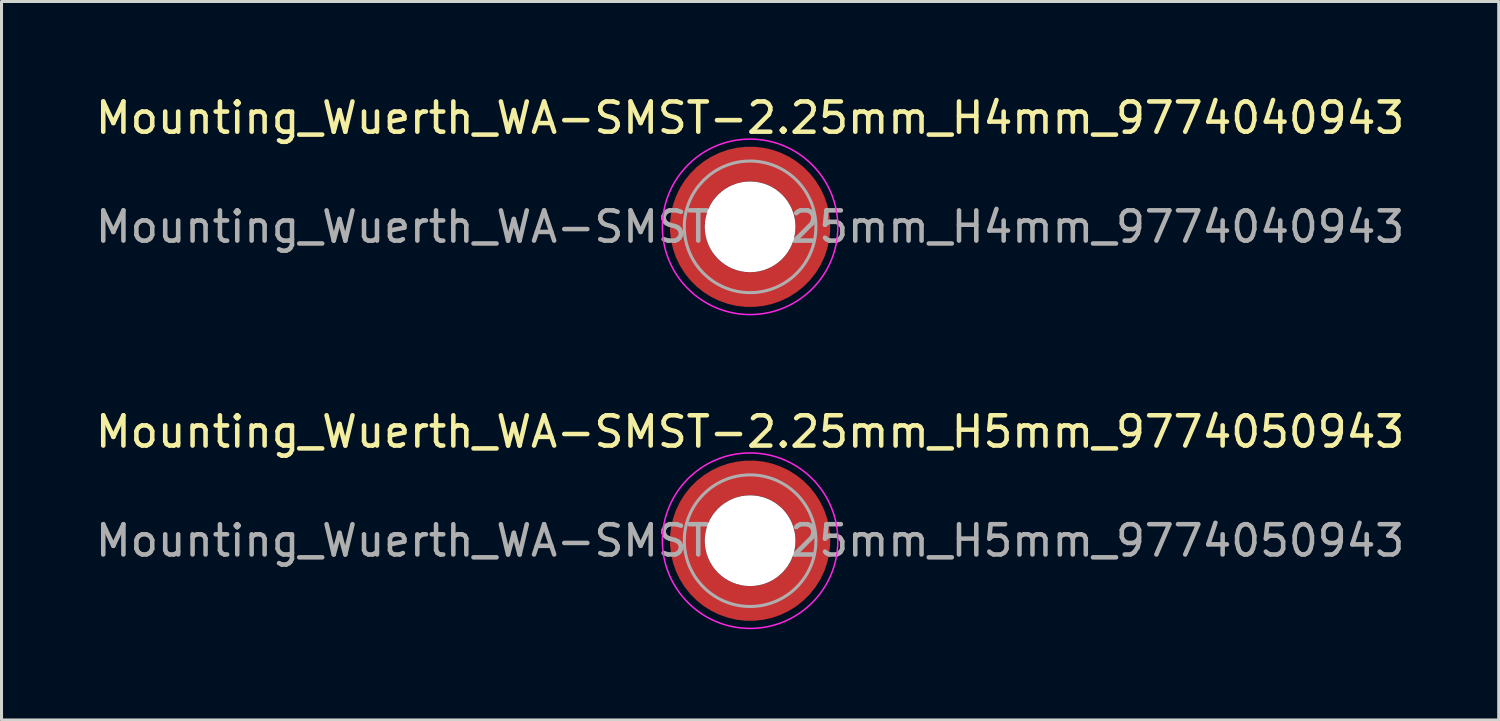
<source format=kicad_pcb>
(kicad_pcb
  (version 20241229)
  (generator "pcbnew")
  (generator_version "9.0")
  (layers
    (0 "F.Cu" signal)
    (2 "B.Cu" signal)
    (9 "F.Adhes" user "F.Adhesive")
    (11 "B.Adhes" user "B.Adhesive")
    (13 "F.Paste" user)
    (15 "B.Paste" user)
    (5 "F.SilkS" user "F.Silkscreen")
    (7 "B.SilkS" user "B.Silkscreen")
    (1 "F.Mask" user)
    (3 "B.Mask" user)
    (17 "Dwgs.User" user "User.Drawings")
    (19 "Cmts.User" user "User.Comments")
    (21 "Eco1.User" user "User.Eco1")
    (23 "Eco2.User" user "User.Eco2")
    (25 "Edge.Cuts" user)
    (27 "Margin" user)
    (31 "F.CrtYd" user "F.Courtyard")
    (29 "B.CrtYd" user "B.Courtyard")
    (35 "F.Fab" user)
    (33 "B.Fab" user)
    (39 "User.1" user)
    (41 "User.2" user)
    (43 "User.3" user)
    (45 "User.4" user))
  (footprint "Mounting_Wuerth_WA-SMST-2.25mm_H4mm_9774040943"
    (layer "F.Cu")
    (at 21.744 4.448)
    (property "Reference" "Mounting_Wuerth_WA-SMST-2.25mm_H4mm_9774040943" (at 0 -3.6 0) (layer "F.SilkS") (effects (font (size 1 1) (thickness 0.15))))
    (attr smd allow_soldermask_bridges)
    (fp_circle (center 0 0) (end 2.9 0) (stroke (width 0.05) (type solid)) (fill no) (layer "F.CrtYd"))
    (fp_circle (center 0 0) (end 2.175 0) (stroke (width 0.1) (type solid)) (fill no) (layer "F.Fab"))
    (fp_text user "${REFERENCE}" (at 0 0 0) (layer "F.Fab") (effects (font (size 1 1) (thickness 0.15))))
    (pad "" smd custom (at -1.453 -1.453) (size 0.505 0.505) (layers "F.Paste") (options (anchor circle)) (primitives (gr_arc (start -0.147677 1.053104) (mid 0.286378 0.286378) (end 1.053104 -0.147677) (width 0.2)) (gr_arc (start -0.240295 1.053104) (mid 0.222739 0.222739) (end 1.053104 -0.240295) (width 0.2)) (gr_arc (start -0.332645 1.053104) (mid 0.159099 0.159099) (end 1.053104 -0.332645) (width 0.2)) (gr_arc (start -0.424767 1.053104) (mid 0.095459 0.095459) (end 1.053104 -0.424767) (width 0.2)) (gr_arc (start -0.516693 1.053104) (mid 0.03182 0.03182) (end 1.053104 -0.516693) (width 0.2)) (gr_arc (start -0.608448 1.053104) (mid -0.03182 -0.03182) (end 1.053104 -0.608448) (width 0.2)) (gr_arc (start -0.700056 1.053104) (mid -0.095459 -0.095459) (end 1.053104 -0.700056) (width 0.2)) (gr_arc (start -0.791534 1.053104) (mid -0.159099 -0.159099) (end 1.053104 -0.791534) (width 0.2)) (gr_arc (start -0.882896 1.053104) (mid -0.222739 -0.222739) (end 1.053104 -0.882896) (width 0.2)) (gr_arc (start -0.974157 1.053104) (mid -0.286378 -0.286378) (end 1.053104 -0.974157) (width 0.2)) (gr_line (start 1.053 -0.148) (end 1.053 -0.974) (width 0.2)) (gr_line (start -0.148 1.053) (end -0.974 1.053) (width 0.2))))
    (pad "" smd custom (at -1.453 1.453) (size 0.505 0.505) (layers "F.Paste") (options (anchor circle)) (primitives (gr_arc (start 1.053104 0.147677) (mid 0.286378 -0.286378) (end -0.147677 -1.053104) (width 0.2)) (gr_arc (start 1.053104 0.240295) (mid 0.222739 -0.222739) (end -0.240295 -1.053104) (width 0.2)) (gr_arc (start 1.053104 0.332645) (mid 0.159099 -0.159099) (end -0.332645 -1.053104) (width 0.2)) (gr_arc (start 1.053104 0.424767) (mid 0.095459 -0.095459) (end -0.424767 -1.053104) (width 0.2)) (gr_arc (start 1.053104 0.516693) (mid 0.03182 -0.03182) (end -0.516693 -1.053104) (width 0.2)) (gr_arc (start 1.053104 0.608448) (mid -0.03182 0.03182) (end -0.608448 -1.053104) (width 0.2)) (gr_arc (start 1.053104 0.700056) (mid -0.095459 0.095459) (end -0.700056 -1.053104) (width 0.2)) (gr_arc (start 1.053104 0.791534) (mid -0.159099 0.159099) (end -0.791534 -1.053104) (width 0.2)) (gr_arc (start 1.053104 0.882896) (mid -0.222739 0.222739) (end -0.882896 -1.053104) (width 0.2)) (gr_arc (start 1.053104 0.974157) (mid -0.286378 0.286378) (end -0.974157 -1.053104) (width 0.2)) (gr_line (start -0.148 -1.053) (end -0.974 -1.053) (width 0.2)) (gr_line (start 1.053 0.148) (end 1.053 0.974) (width 0.2))))
    (pad "" np_thru_hole circle (at 0 0) (size 3 3) (drill 3) (layers "*.Cu" "*.Mask"))
    (pad "" smd custom (at 1.453 -1.453) (size 0.505 0.505) (layers "F.Paste") (options (anchor circle)) (primitives (gr_arc (start -1.053104 -0.147677) (mid -0.286378 0.286378) (end 0.147677 1.053104) (width 0.2)) (gr_arc (start -1.053104 -0.240295) (mid -0.222739 0.222739) (end 0.240295 1.053104) (width 0.2)) (gr_arc (start -1.053104 -0.332645) (mid -0.159099 0.159099) (end 0.332645 1.053104) (width 0.2)) (gr_arc (start -1.053104 -0.424767) (mid -0.095459 0.095459) (end 0.424767 1.053104) (width 0.2)) (gr_arc (start -1.053104 -0.516693) (mid -0.03182 0.03182) (end 0.516693 1.053104) (width 0.2)) (gr_arc (start -1.053104 -0.608448) (mid 0.03182 -0.03182) (end 0.608448 1.053104) (width 0.2)) (gr_arc (start -1.053104 -0.700056) (mid 0.095459 -0.095459) (end 0.700056 1.053104) (width 0.2)) (gr_arc (start -1.053104 -0.791534) (mid 0.159099 -0.159099) (end 0.791534 1.053104) (width 0.2)) (gr_arc (start -1.053104 -0.882896) (mid 0.222739 -0.222739) (end 0.882896 1.053104) (width 0.2)) (gr_arc (start -1.053104 -0.974157) (mid 0.286378 -0.286378) (end 0.974157 1.053104) (width 0.2)) (gr_line (start 0.148 1.053) (end 0.974 1.053) (width 0.2)) (gr_line (start -1.053 -0.148) (end -1.053 -0.974) (width 0.2))))
    (pad "" smd custom (at 1.453 1.453) (size 0.505 0.505) (layers "F.Paste") (options (anchor circle)) (primitives (gr_arc (start 0.147677 -1.053104) (mid -0.286378 -0.286378) (end -1.053104 0.147677) (width 0.2)) (gr_arc (start 0.240295 -1.053104) (mid -0.222739 -0.222739) (end -1.053104 0.240295) (width 0.2)) (gr_arc (start 0.332645 -1.053104) (mid -0.159099 -0.159099) (end -1.053104 0.332645) (width 0.2)) (gr_arc (start 0.424767 -1.053104) (mid -0.095459 -0.095459) (end -1.053104 0.424767) (width 0.2)) (gr_arc (start 0.516693 -1.053104) (mid -0.03182 -0.03182) (end -1.053104 0.516693) (width 0.2)) (gr_arc (start 0.608448 -1.053104) (mid 0.03182 0.03182) (end -1.053104 0.608448) (width 0.2)) (gr_arc (start 0.700056 -1.053104) (mid 0.095459 0.095459) (end -1.053104 0.700056) (width 0.2)) (gr_arc (start 0.791534 -1.053104) (mid 0.159099 0.159099) (end -1.053104 0.791534) (width 0.2)) (gr_arc (start 0.882896 -1.053104) (mid 0.222739 0.222739) (end -1.053104 0.882896) (width 0.2)) (gr_arc (start 0.974157 -1.053104) (mid 0.286378 0.286378) (end -1.053104 0.974157) (width 0.2)) (gr_line (start -1.053 0.148) (end -1.053 0.974) (width 0.2)) (gr_line (start 0.148 -1.053) (end 0.974 -1.053) (width 0.2))))
    (pad "1" smd circle (at -2.075 0) (size 0.642 0.642) (layers "F.Cu"))
    (pad "1" smd circle (at 0 -2.075) (size 0.642 0.642) (layers "F.Cu"))
    (pad "1" smd circle (at 0 2.075) (size 0.642 0.642) (layers "F.Cu"))
    (pad "1" smd custom (at 2.075 0) (size 1.15 1.15) (layers "F.Cu" "F.Mask") (options (anchor circle)) (primitives (gr_circle (center -2.075 0) (end 0 0) (width 1.15) (fill no)))))
  (footprint "Mounting_Wuerth_WA-SMST-2.25mm_H5mm_9774050943"
    (layer "F.Cu")
    (at 21.744 14.822)
    (property "Reference" "Mounting_Wuerth_WA-SMST-2.25mm_H5mm_9774050943" (at 0 -3.6 0) (layer "F.SilkS") (effects (font (size 1 1) (thickness 0.15))))
    (attr smd allow_soldermask_bridges)
    (fp_circle (center 0 0) (end 2.9 0) (stroke (width 0.05) (type solid)) (fill no) (layer "F.CrtYd"))
    (fp_circle (center 0 0) (end 2.175 0) (stroke (width 0.1) (type solid)) (fill no) (layer "F.Fab"))
    (fp_text user "${REFERENCE}" (at 0 0 0) (layer "F.Fab") (effects (font (size 1 1) (thickness 0.15))))
    (pad "" smd custom (at -1.453 -1.453) (size 0.505 0.505) (layers "F.Paste") (options (anchor circle)) (primitives (gr_arc (start -0.147677 1.053104) (mid 0.286378 0.286378) (end 1.053104 -0.147677) (width 0.2)) (gr_arc (start -0.240295 1.053104) (mid 0.222739 0.222739) (end 1.053104 -0.240295) (width 0.2)) (gr_arc (start -0.332645 1.053104) (mid 0.159099 0.159099) (end 1.053104 -0.332645) (width 0.2)) (gr_arc (start -0.424767 1.053104) (mid 0.095459 0.095459) (end 1.053104 -0.424767) (width 0.2)) (gr_arc (start -0.516693 1.053104) (mid 0.03182 0.03182) (end 1.053104 -0.516693) (width 0.2)) (gr_arc (start -0.608448 1.053104) (mid -0.03182 -0.03182) (end 1.053104 -0.608448) (width 0.2)) (gr_arc (start -0.700056 1.053104) (mid -0.095459 -0.095459) (end 1.053104 -0.700056) (width 0.2)) (gr_arc (start -0.791534 1.053104) (mid -0.159099 -0.159099) (end 1.053104 -0.791534) (width 0.2)) (gr_arc (start -0.882896 1.053104) (mid -0.222739 -0.222739) (end 1.053104 -0.882896) (width 0.2)) (gr_arc (start -0.974157 1.053104) (mid -0.286378 -0.286378) (end 1.053104 -0.974157) (width 0.2)) (gr_line (start 1.053 -0.148) (end 1.053 -0.974) (width 0.2)) (gr_line (start -0.148 1.053) (end -0.974 1.053) (width 0.2))))
    (pad "" smd custom (at -1.453 1.453) (size 0.505 0.505) (layers "F.Paste") (options (anchor circle)) (primitives (gr_arc (start 1.053104 0.147677) (mid 0.286378 -0.286378) (end -0.147677 -1.053104) (width 0.2)) (gr_arc (start 1.053104 0.240295) (mid 0.222739 -0.222739) (end -0.240295 -1.053104) (width 0.2)) (gr_arc (start 1.053104 0.332645) (mid 0.159099 -0.159099) (end -0.332645 -1.053104) (width 0.2)) (gr_arc (start 1.053104 0.424767) (mid 0.095459 -0.095459) (end -0.424767 -1.053104) (width 0.2)) (gr_arc (start 1.053104 0.516693) (mid 0.03182 -0.03182) (end -0.516693 -1.053104) (width 0.2)) (gr_arc (start 1.053104 0.608448) (mid -0.03182 0.03182) (end -0.608448 -1.053104) (width 0.2)) (gr_arc (start 1.053104 0.700056) (mid -0.095459 0.095459) (end -0.700056 -1.053104) (width 0.2)) (gr_arc (start 1.053104 0.791534) (mid -0.159099 0.159099) (end -0.791534 -1.053104) (width 0.2)) (gr_arc (start 1.053104 0.882896) (mid -0.222739 0.222739) (end -0.882896 -1.053104) (width 0.2)) (gr_arc (start 1.053104 0.974157) (mid -0.286378 0.286378) (end -0.974157 -1.053104) (width 0.2)) (gr_line (start -0.148 -1.053) (end -0.974 -1.053) (width 0.2)) (gr_line (start 1.053 0.148) (end 1.053 0.974) (width 0.2))))
    (pad "" np_thru_hole circle (at 0 0) (size 3 3) (drill 3) (layers "*.Cu" "*.Mask"))
    (pad "" smd custom (at 1.453 -1.453) (size 0.505 0.505) (layers "F.Paste") (options (anchor circle)) (primitives (gr_arc (start -1.053104 -0.147677) (mid -0.286378 0.286378) (end 0.147677 1.053104) (width 0.2)) (gr_arc (start -1.053104 -0.240295) (mid -0.222739 0.222739) (end 0.240295 1.053104) (width 0.2)) (gr_arc (start -1.053104 -0.332645) (mid -0.159099 0.159099) (end 0.332645 1.053104) (width 0.2)) (gr_arc (start -1.053104 -0.424767) (mid -0.095459 0.095459) (end 0.424767 1.053104) (width 0.2)) (gr_arc (start -1.053104 -0.516693) (mid -0.03182 0.03182) (end 0.516693 1.053104) (width 0.2)) (gr_arc (start -1.053104 -0.608448) (mid 0.03182 -0.03182) (end 0.608448 1.053104) (width 0.2)) (gr_arc (start -1.053104 -0.700056) (mid 0.095459 -0.095459) (end 0.700056 1.053104) (width 0.2)) (gr_arc (start -1.053104 -0.791534) (mid 0.159099 -0.159099) (end 0.791534 1.053104) (width 0.2)) (gr_arc (start -1.053104 -0.882896) (mid 0.222739 -0.222739) (end 0.882896 1.053104) (width 0.2)) (gr_arc (start -1.053104 -0.974157) (mid 0.286378 -0.286378) (end 0.974157 1.053104) (width 0.2)) (gr_line (start 0.148 1.053) (end 0.974 1.053) (width 0.2)) (gr_line (start -1.053 -0.148) (end -1.053 -0.974) (width 0.2))))
    (pad "" smd custom (at 1.453 1.453) (size 0.505 0.505) (layers "F.Paste") (options (anchor circle)) (primitives (gr_arc (start 0.147677 -1.053104) (mid -0.286378 -0.286378) (end -1.053104 0.147677) (width 0.2)) (gr_arc (start 0.240295 -1.053104) (mid -0.222739 -0.222739) (end -1.053104 0.240295) (width 0.2)) (gr_arc (start 0.332645 -1.053104) (mid -0.159099 -0.159099) (end -1.053104 0.332645) (width 0.2)) (gr_arc (start 0.424767 -1.053104) (mid -0.095459 -0.095459) (end -1.053104 0.424767) (width 0.2)) (gr_arc (start 0.516693 -1.053104) (mid -0.03182 -0.03182) (end -1.053104 0.516693) (width 0.2)) (gr_arc (start 0.608448 -1.053104) (mid 0.03182 0.03182) (end -1.053104 0.608448) (width 0.2)) (gr_arc (start 0.700056 -1.053104) (mid 0.095459 0.095459) (end -1.053104 0.700056) (width 0.2)) (gr_arc (start 0.791534 -1.053104) (mid 0.159099 0.159099) (end -1.053104 0.791534) (width 0.2)) (gr_arc (start 0.882896 -1.053104) (mid 0.222739 0.222739) (end -1.053104 0.882896) (width 0.2)) (gr_arc (start 0.974157 -1.053104) (mid 0.286378 0.286378) (end -1.053104 0.974157) (width 0.2)) (gr_line (start -1.053 0.148) (end -1.053 0.974) (width 0.2)) (gr_line (start 0.148 -1.053) (end 0.974 -1.053) (width 0.2))))
    (pad "1" smd circle (at -2.075 0) (size 0.642 0.642) (layers "F.Cu"))
    (pad "1" smd circle (at 0 -2.075) (size 0.642 0.642) (layers "F.Cu"))
    (pad "1" smd circle (at 0 2.075) (size 0.642 0.642) (layers "F.Cu"))
    (pad "1" smd custom (at 2.075 0) (size 1.15 1.15) (layers "F.Cu" "F.Mask") (options (anchor circle)) (primitives (gr_circle (center -2.075 0) (end 0 0) (width 1.15) (fill no)))))
  (gr_rect
    (start -3 -3)
    (end 46.488 20.747)
    (stroke (width 0.1) (type default))
    (fill no)
    (layer "Edge.Cuts")))
</source>
